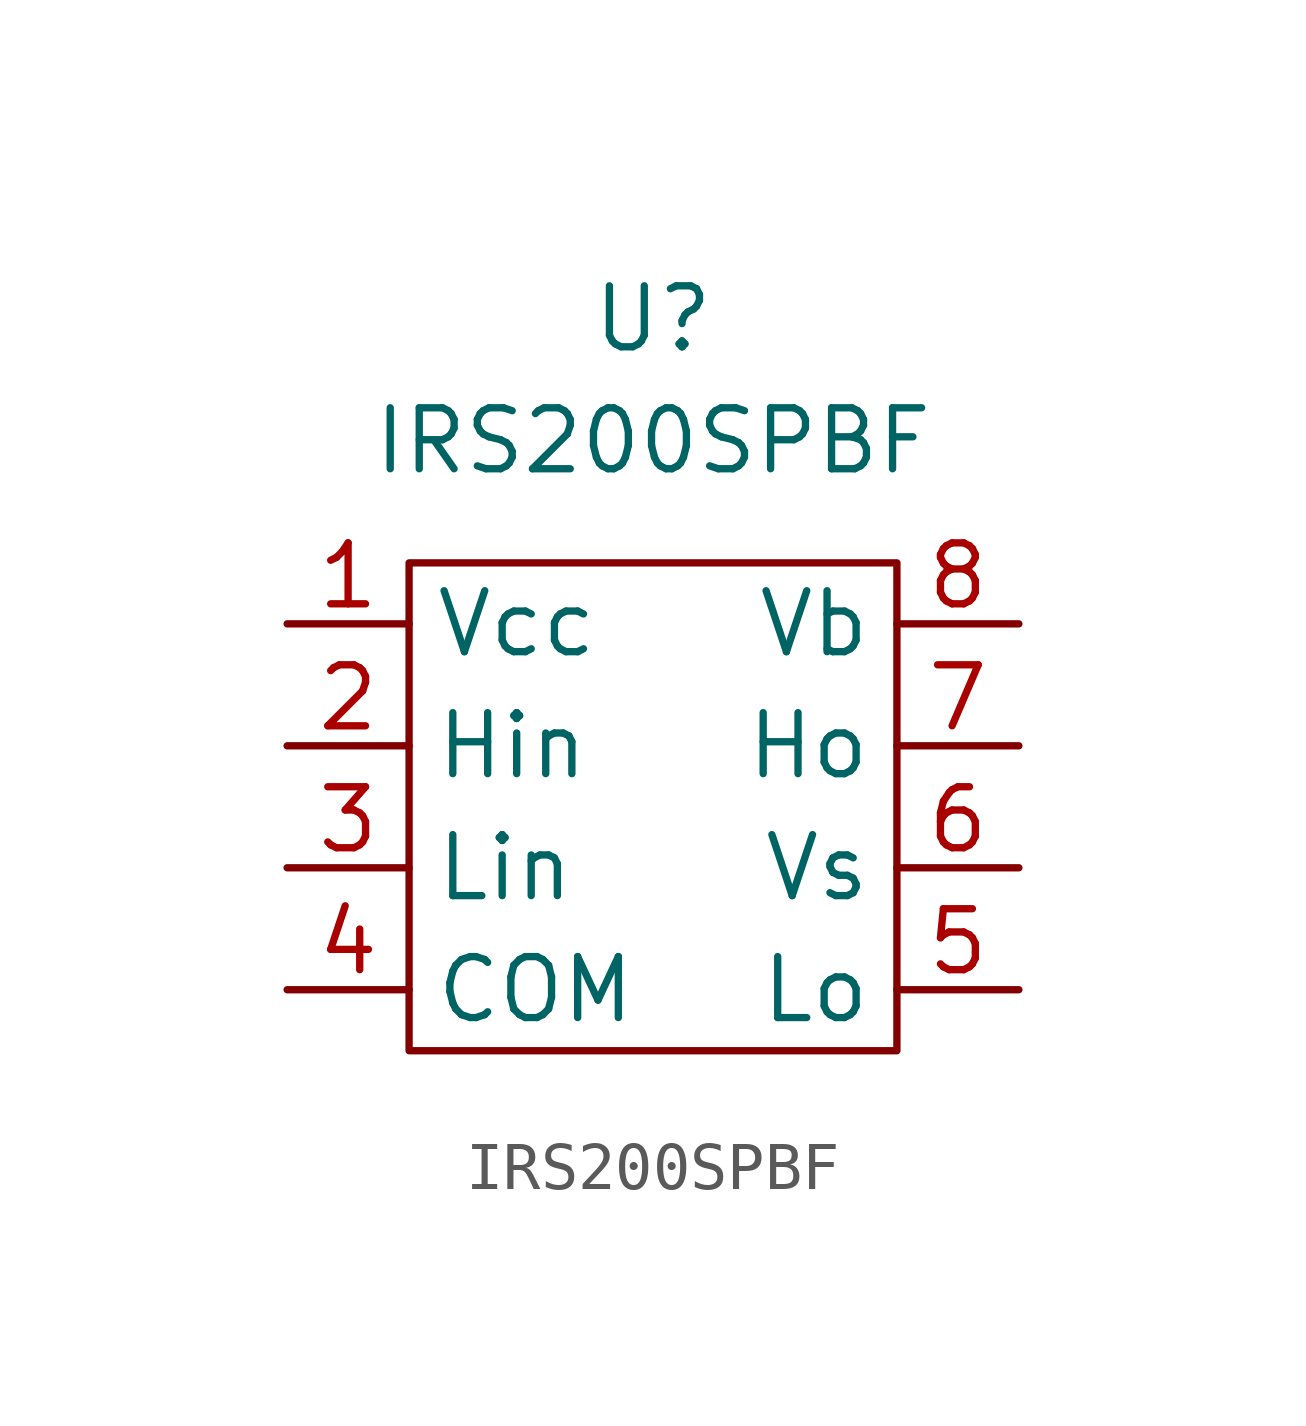
<source format=kicad_sym>
(kicad_symbol_lib
  (version 20211014)
  (generator kicad_symbol_editor)
  (symbol "IRS200SPBF"
    (property "Reference" "U"
      (at 0 10.16 0)
      (effects (font (size 1.27 1.27))))
    (property "Value" "IRS200SPBF"
      (at 0 7.62 0)
      (effects (font (size 1.27 1.27))))
    (symbol "IRS200SPBF_0_1"
      (rectangle (start -5.08 5.08) (end 5.08 -5.08) (stroke (width 0) (type default) (color 0 0 0 0)) (fill (type none))))
    (symbol "IRS200SPBF_1_1"
      (pin power_in line (at -7.62 3.81 0) (length 2.54) (name "Vcc" (effects (font (size 1.27 1.27)))) (number "1" (effects (font (size 1.27 1.27)))))
      (pin input line (at -7.62 1.27 0) (length 2.54) (name "Hin" (effects (font (size 1.27 1.27)))) (number "2" (effects (font (size 1.27 1.27)))))
      (pin input line (at -7.62 -1.27 0) (length 2.54) (name "Lin" (effects (font (size 1.27 1.27)))) (number "3" (effects (font (size 1.27 1.27)))))
      (pin power_in line (at -7.62 -3.81 0) (length 2.54) (name "COM" (effects (font (size 1.27 1.27)))) (number "4" (effects (font (size 1.27 1.27)))))
      (pin output line (at 7.62 -3.81 180) (length 2.54) (name "Lo" (effects (font (size 1.27 1.27)))) (number "5" (effects (font (size 1.27 1.27)))))
      (pin input line (at 7.62 -1.27 180) (length 2.54) (name "Vs" (effects (font (size 1.27 1.27)))) (number "6" (effects (font (size 1.27 1.27)))))
      (pin output line (at 7.62 1.27 180) (length 2.54) (name "Ho" (effects (font (size 1.27 1.27)))) (number "7" (effects (font (size 1.27 1.27)))))
      (pin power_in line (at 7.62 3.81 180) (length 2.54) (name "Vb" (effects (font (size 1.27 1.27)))) (number "8" (effects (font (size 1.27 1.27))))))))
</source>
